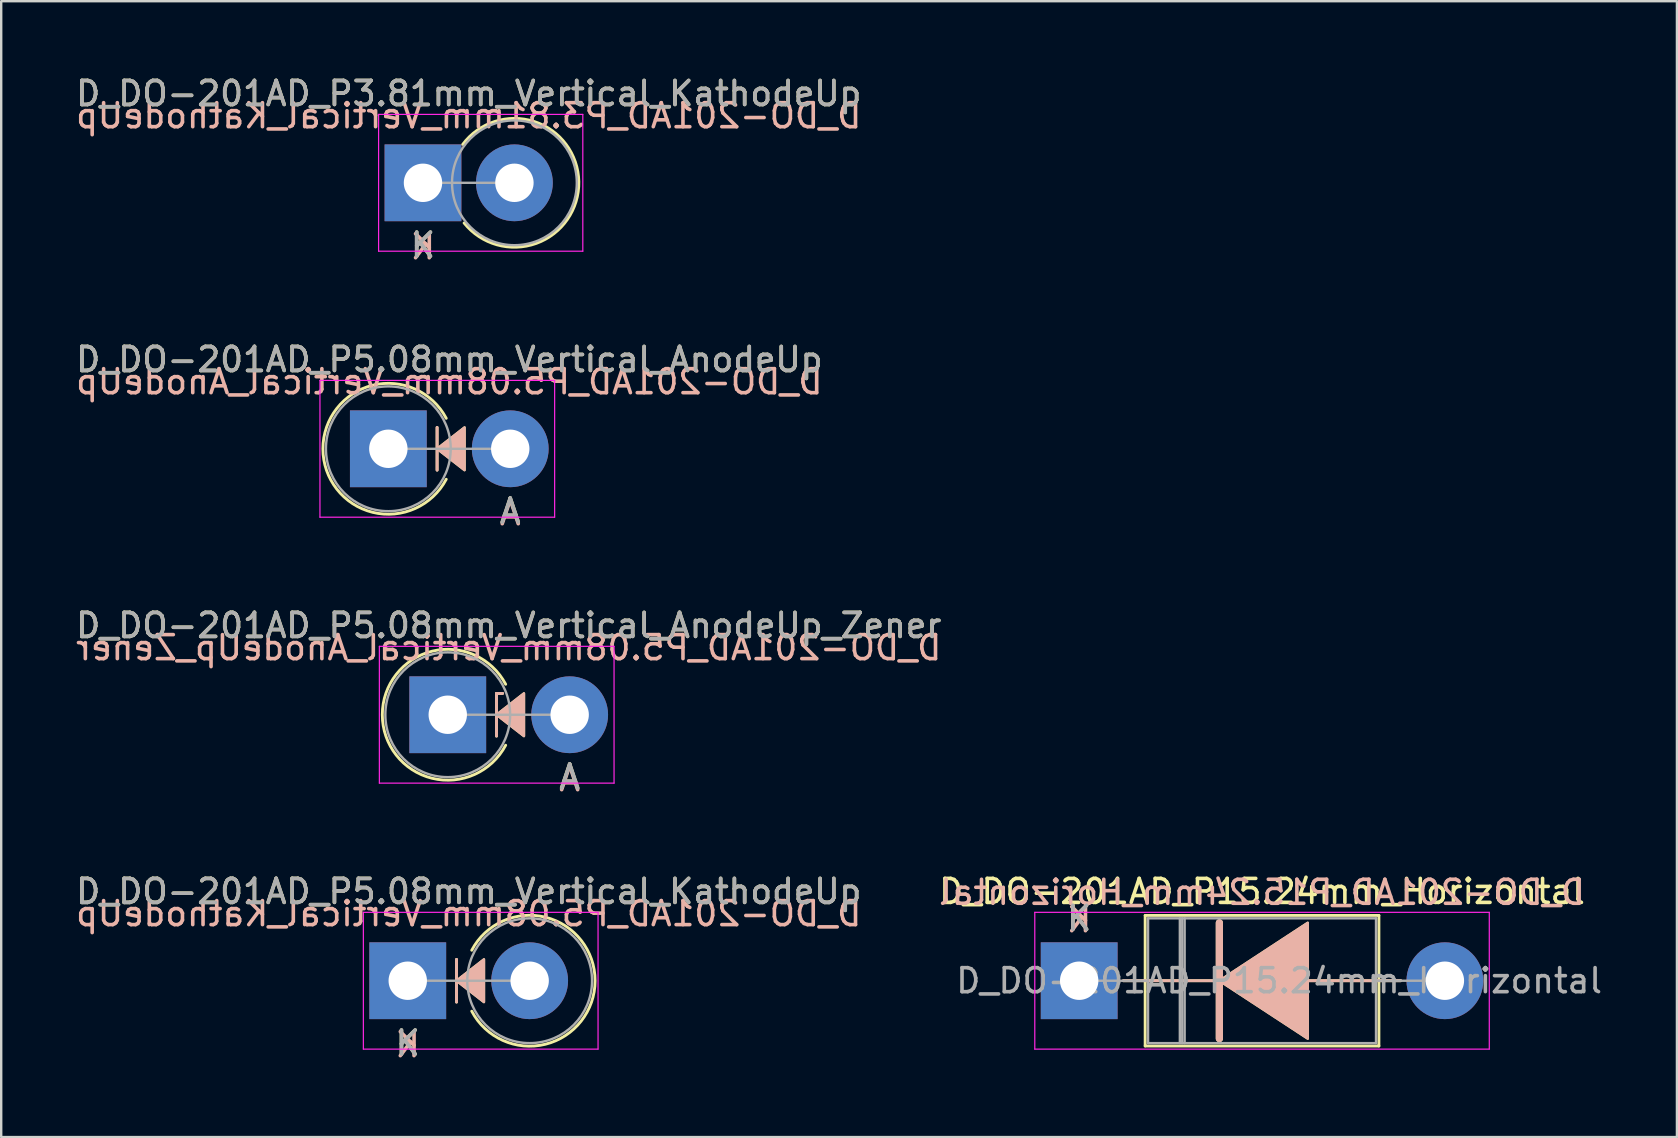
<source format=kicad_pcb>
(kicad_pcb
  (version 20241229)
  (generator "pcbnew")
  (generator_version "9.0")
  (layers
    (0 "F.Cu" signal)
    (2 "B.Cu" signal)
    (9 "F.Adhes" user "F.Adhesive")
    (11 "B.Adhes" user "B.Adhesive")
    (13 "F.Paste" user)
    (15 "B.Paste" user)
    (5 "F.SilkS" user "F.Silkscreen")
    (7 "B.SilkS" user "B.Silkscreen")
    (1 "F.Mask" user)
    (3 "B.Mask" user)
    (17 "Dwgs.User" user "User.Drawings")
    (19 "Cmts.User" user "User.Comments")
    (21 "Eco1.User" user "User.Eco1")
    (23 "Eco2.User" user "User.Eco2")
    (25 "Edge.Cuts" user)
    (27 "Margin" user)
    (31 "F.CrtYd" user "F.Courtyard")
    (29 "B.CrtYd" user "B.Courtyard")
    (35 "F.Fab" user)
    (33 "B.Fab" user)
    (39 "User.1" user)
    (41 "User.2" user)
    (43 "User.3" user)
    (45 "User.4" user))
  (footprint "D_DO-201AD_P5.08mm_Vertical_AnodeUp_Zener"
    (layer "F.Cu")
    (at 15.609 26.735)
    (property "Reference" "D_DO-201AD_P5.08mm_Vertical_AnodeUp_Zener" (at 2.54 -3.72 0) (layer "F.SilkS") (effects (font (size 1 1) (thickness 0.15))))
    (fp_line (start 2.032 -0.889) (end 2.286 -0.889) (stroke (width 0.12) (type solid)) (layer "F.SilkS"))
    (fp_line (start 2.032 0.889) (end 2.032 -0.889) (stroke (width 0.12) (type solid)) (layer "F.SilkS"))
    (fp_arc (start 2.412999 1.27) (mid -2.726805 0) (end 2.412999 -1.269999) (stroke (width 0.12) (type solid)) (layer "F.SilkS"))
    (fp_poly (pts (xy 3.175 0.889) (xy 2.032 0) (xy 3.175 -0.889)) (stroke (width 0.1) (type solid)) (fill yes) (layer "F.SilkS"))
    (fp_line (start 2.032 -0.889) (end 2.032 0.889) (stroke (width 0.12) (type solid)) (layer "B.SilkS"))
    (fp_line (start 2.032 -0.889) (end 2.286 -0.889) (stroke (width 0.12) (type solid)) (layer "B.SilkS"))
    (fp_poly (pts (xy 3.175 -0.889) (xy 2.032 0) (xy 3.175 0.889)) (stroke (width 0.1) (type solid)) (fill yes) (layer "B.SilkS"))
    (fp_line (start -2.85 -2.85) (end -2.85 2.85) (stroke (width 0.05) (type solid)) (layer "F.CrtYd"))
    (fp_line (start -2.85 2.85) (end 6.93 2.85) (stroke (width 0.05) (type solid)) (layer "F.CrtYd"))
    (fp_line (start 6.93 -2.85) (end -2.85 -2.85) (stroke (width 0.05) (type solid)) (layer "F.CrtYd"))
    (fp_line (start 6.93 2.85) (end 6.93 -2.85) (stroke (width 0.05) (type solid)) (layer "F.CrtYd"))
    (fp_line (start 0 0) (end 5.08 0) (stroke (width 0.1) (type solid)) (layer "F.Fab"))
    (fp_circle (center 0 0) (end 2.6 0) (stroke (width 0.1) (type solid)) (fill no) (layer "F.Fab"))
    (fp_text user "A" (at 5.08 2.6 0) (layer "F.SilkS") (effects (font (size 1 1) (thickness 0.15))))
    (fp_text user "${REFERENCE}" (at 2.54 -2.794 0) (layer "B.SilkS") (effects (font (size 1 1) (thickness 0.15)) (justify mirror)))
    (fp_text user "A" (at 5.08 2.667 0) (layer "B.SilkS") (effects (font (size 1 1) (thickness 0.15)) (justify mirror)))
    (fp_text user "A" (at 5.08 2.6 0) (layer "F.Fab") (effects (font (size 1 1) (thickness 0.15))))
    (fp_text user "${REFERENCE}" (at 2.54 -3.72 0) (layer "F.Fab") (effects (font (size 1 1) (thickness 0.15))))
    (pad "1" thru_hole rect (at 0 0) (size 3.2 3.2) (drill 1.6) (layers "*.Cu" "*.Mask"))
    (pad "2" thru_hole oval (at 5.08 0) (size 3.2 3.2) (drill 1.6) (layers "*.Cu" "*.Mask")))
  (footprint "D_DO-201AD_P15.24mm_Horizontal"
    (layer "F.Cu")
    (at 41.922 37.819)
    (property "Reference" "D_DO-201AD_P15.24mm_Horizontal" (at 7.62 -3.72 0) (layer "F.SilkS") (effects (font (size 1 1) (thickness 0.15))))
    (fp_line (start 1.84 0) (end 2.75 0) (stroke (width 0.12) (type solid)) (layer "F.SilkS"))
    (fp_line (start 2.75 -2.72) (end 2.75 2.72) (stroke (width 0.12) (type solid)) (layer "F.SilkS"))
    (fp_line (start 2.75 2.72) (end 12.49 2.72) (stroke (width 0.12) (type solid)) (layer "F.SilkS"))
    (fp_line (start 5.715 0) (end 2.75 0) (stroke (width 0.12) (type solid)) (layer "F.SilkS"))
    (fp_line (start 5.842 -2.413) (end 5.842 2.413) (stroke (width 0.3) (type solid)) (layer "F.SilkS"))
    (fp_line (start 9.525 0) (end 12.49 0) (stroke (width 0.12) (type solid)) (layer "F.SilkS"))
    (fp_line (start 12.49 -2.72) (end 2.75 -2.72) (stroke (width 0.12) (type solid)) (layer "F.SilkS"))
    (fp_line (start 12.49 2.72) (end 12.49 -2.72) (stroke (width 0.12) (type solid)) (layer "F.SilkS"))
    (fp_line (start 13.4 0) (end 12.49 0) (stroke (width 0.12) (type solid)) (layer "F.SilkS"))
    (fp_poly (pts (xy 9.525 2.413) (xy 5.842 0) (xy 9.525 -2.413)) (stroke (width 0.1) (type solid)) (fill yes) (layer "F.SilkS"))
    (fp_line (start 1.84 0) (end 2.75 0) (stroke (width 0.12) (type solid)) (layer "B.SilkS"))
    (fp_line (start 5.715 0) (end 2.75 0) (stroke (width 0.12) (type solid)) (layer "B.SilkS"))
    (fp_line (start 5.842 2.413) (end 5.842 -2.413) (stroke (width 0.3) (type solid)) (layer "B.SilkS"))
    (fp_line (start 9.525 0) (end 12.49 0) (stroke (width 0.12) (type solid)) (layer "B.SilkS"))
    (fp_line (start 13.4 0) (end 12.49 0) (stroke (width 0.12) (type solid)) (layer "B.SilkS"))
    (fp_poly (pts (xy 9.525 -2.413) (xy 5.842 0) (xy 9.525 2.413)) (stroke (width 0.1) (type solid)) (fill yes) (layer "B.SilkS"))
    (fp_line (start -1.85 -2.85) (end -1.85 2.85) (stroke (width 0.05) (type solid)) (layer "F.CrtYd"))
    (fp_line (start -1.85 2.85) (end 17.09 2.85) (stroke (width 0.05) (type solid)) (layer "F.CrtYd"))
    (fp_line (start 17.09 -2.85) (end -1.85 -2.85) (stroke (width 0.05) (type solid)) (layer "F.CrtYd"))
    (fp_line (start 17.09 2.85) (end 17.09 -2.85) (stroke (width 0.05) (type solid)) (layer "F.CrtYd"))
    (fp_line (start 0 0) (end 2.87 0) (stroke (width 0.1) (type solid)) (layer "F.Fab"))
    (fp_line (start 2.87 -2.6) (end 2.87 2.6) (stroke (width 0.1) (type solid)) (layer "F.Fab"))
    (fp_line (start 2.87 2.6) (end 12.37 2.6) (stroke (width 0.1) (type solid)) (layer "F.Fab"))
    (fp_line (start 4.195 -2.6) (end 4.195 2.6) (stroke (width 0.1) (type solid)) (layer "F.Fab"))
    (fp_line (start 4.295 -2.6) (end 4.295 2.6) (stroke (width 0.1) (type solid)) (layer "F.Fab"))
    (fp_line (start 4.395 -2.6) (end 4.395 2.6) (stroke (width 0.1) (type solid)) (layer "F.Fab"))
    (fp_line (start 12.37 -2.6) (end 2.87 -2.6) (stroke (width 0.1) (type solid)) (layer "F.Fab"))
    (fp_line (start 12.37 2.6) (end 12.37 -2.6) (stroke (width 0.1) (type solid)) (layer "F.Fab"))
    (fp_line (start 15.24 0) (end 12.37 0) (stroke (width 0.1) (type solid)) (layer "F.Fab"))
    (fp_text user "K" (at 0 -2.6 0) (layer "F.SilkS") (effects (font (size 1 1) (thickness 0.15))))
    (fp_text user "K" (at 0 -2.54 0) (layer "B.SilkS") (effects (font (size 1 1) (thickness 0.15)) (justify mirror)))
    (fp_text user "${REFERENCE}" (at 7.62 -3.683 0) (layer "B.SilkS") (effects (font (size 1 1) (thickness 0.15)) (justify mirror)))
    (fp_text user "${REFERENCE}" (at 8.332 0 0) (layer "F.Fab") (effects (font (size 1 1) (thickness 0.15))))
    (fp_text user "K" (at 0 -2.6 0) (layer "F.Fab") (effects (font (size 1 1) (thickness 0.15))))
    (pad "1" thru_hole rect (at 0 0) (size 3.2 3.2) (drill 1.6) (layers "*.Cu" "*.Mask"))
    (pad "2" thru_hole oval (at 15.24 0) (size 3.2 3.2) (drill 1.6) (layers "*.Cu" "*.Mask")))
  (footprint "D_DO-201AD_P3.81mm_Vertical_KathodeUp"
    (layer "F.Cu")
    (at 14.577 4.568)
    (property "Reference" "D_DO-201AD_P3.81mm_Vertical_KathodeUp" (at 1.905 -3.72 0) (layer "F.SilkS") (effects (font (size 1 1) (thickness 0.15))))
    (fp_arc (start 1.655284 -1.6) (mid 6.493382 -0.047582) (end 1.713364 1.675386) (stroke (width 0.12) (type solid)) (layer "F.SilkS"))
    (fp_line (start -1.85 -2.85) (end -1.85 2.85) (stroke (width 0.05) (type solid)) (layer "F.CrtYd"))
    (fp_line (start -1.85 2.85) (end 6.66 2.85) (stroke (width 0.05) (type solid)) (layer "F.CrtYd"))
    (fp_line (start 6.66 -2.85) (end -1.85 -2.85) (stroke (width 0.05) (type solid)) (layer "F.CrtYd"))
    (fp_line (start 6.66 2.85) (end 6.66 -2.85) (stroke (width 0.05) (type solid)) (layer "F.CrtYd"))
    (fp_line (start 0 0) (end 3.81 0) (stroke (width 0.1) (type solid)) (layer "F.Fab"))
    (fp_circle (center 3.81 0) (end 6.41 0) (stroke (width 0.1) (type solid)) (fill no) (layer "F.Fab"))
    (fp_text user "K" (at 0 2.6 0) (layer "F.SilkS") (effects (font (size 1 1) (thickness 0.15))))
    (fp_text user "${REFERENCE}" (at 1.905 -2.794 0) (layer "B.SilkS") (effects (font (size 1 1) (thickness 0.15)) (justify mirror)))
    (fp_text user "K" (at 0 2.667 0) (layer "B.SilkS") (effects (font (size 1 1) (thickness 0.15)) (justify mirror)))
    (fp_text user "${REFERENCE}" (at 1.905 -3.72 0) (layer "F.Fab") (effects (font (size 1 1) (thickness 0.15))))
    (fp_text user "K" (at 0 2.6 0) (layer "F.Fab") (effects (font (size 1 1) (thickness 0.15))))
    (pad "1" thru_hole rect (at 0 0) (size 3.2 3.2) (drill 1.6) (layers "*.Cu" "*.Mask"))
    (pad "2" thru_hole oval (at 3.81 0) (size 3.2 3.2) (drill 1.6) (layers "*.Cu" "*.Mask")))
  (footprint "D_DO-201AD_P5.08mm_Vertical_KathodeUp"
    (layer "F.Cu")
    (at 13.942 37.819)
    (property "Reference" "D_DO-201AD_P5.08mm_Vertical_KathodeUp" (at 2.54 -3.72 0) (layer "F.SilkS") (effects (font (size 1 1) (thickness 0.15))))
    (fp_line (start 2.032 0.889) (end 2.032 -0.889) (stroke (width 0.12) (type solid)) (layer "F.SilkS"))
    (fp_arc (start 2.667 -1.269999) (mid 7.806804 0.000001) (end 2.667 1.27) (stroke (width 0.12) (type solid)) (layer "F.SilkS"))
    (fp_poly (pts (xy 3.175 0.889) (xy 2.032 0) (xy 3.175 -0.889)) (stroke (width 0.1) (type solid)) (fill yes) (layer "F.SilkS"))
    (fp_line (start 2.032 -0.889) (end 2.032 0.889) (stroke (width 0.12) (type solid)) (layer "B.SilkS"))
    (fp_poly (pts (xy 3.175 -0.889) (xy 2.032 0) (xy 3.175 0.889)) (stroke (width 0.1) (type solid)) (fill yes) (layer "B.SilkS"))
    (fp_line (start -1.85 -2.85) (end -1.85 2.85) (stroke (width 0.05) (type solid)) (layer "F.CrtYd"))
    (fp_line (start -1.85 2.85) (end 7.93 2.85) (stroke (width 0.05) (type solid)) (layer "F.CrtYd"))
    (fp_line (start 7.93 -2.85) (end -1.85 -2.85) (stroke (width 0.05) (type solid)) (layer "F.CrtYd"))
    (fp_line (start 7.93 2.85) (end 7.93 -2.85) (stroke (width 0.05) (type solid)) (layer "F.CrtYd"))
    (fp_line (start 0 0) (end 5.08 0) (stroke (width 0.1) (type solid)) (layer "F.Fab"))
    (fp_circle (center 5.08 0) (end 7.68 0) (stroke (width 0.1) (type solid)) (fill no) (layer "F.Fab"))
    (fp_text user "K" (at 0 2.6 0) (layer "F.SilkS") (effects (font (size 1 1) (thickness 0.15))))
    (fp_text user "${REFERENCE}" (at 2.54 -2.794 0) (layer "B.SilkS") (effects (font (size 1 1) (thickness 0.15)) (justify mirror)))
    (fp_text user "K" (at 0 2.667 0) (layer "B.SilkS") (effects (font (size 1 1) (thickness 0.15)) (justify mirror)))
    (fp_text user "K" (at 0 2.6 0) (layer "F.Fab") (effects (font (size 1 1) (thickness 0.15))))
    (fp_text user "${REFERENCE}" (at 2.54 -3.72 0) (layer "F.Fab") (effects (font (size 1 1) (thickness 0.15))))
    (pad "1" thru_hole rect (at 0 0) (size 3.2 3.2) (drill 1.6) (layers "*.Cu" "*.Mask"))
    (pad "2" thru_hole oval (at 5.08 0) (size 3.2 3.2) (drill 1.6) (layers "*.Cu" "*.Mask")))
  (footprint "D_DO-201AD_P5.08mm_Vertical_AnodeUp"
    (layer "F.Cu")
    (at 13.133 15.652)
    (property "Reference" "D_DO-201AD_P5.08mm_Vertical_AnodeUp" (at 2.54 -3.72 0) (layer "F.SilkS") (effects (font (size 1 1) (thickness 0.15))))
    (fp_line (start 2.032 0.889) (end 2.032 -0.889) (stroke (width 0.12) (type solid)) (layer "F.SilkS"))
    (fp_arc (start 2.412999 1.27) (mid -2.726805 0) (end 2.412999 -1.269999) (stroke (width 0.12) (type solid)) (layer "F.SilkS"))
    (fp_poly (pts (xy 3.175 0.889) (xy 2.032 0) (xy 3.175 -0.889)) (stroke (width 0.1) (type solid)) (fill yes) (layer "F.SilkS"))
    (fp_line (start 2.032 -0.889) (end 2.032 0.889) (stroke (width 0.12) (type solid)) (layer "B.SilkS"))
    (fp_poly (pts (xy 3.175 -0.889) (xy 2.032 0) (xy 3.175 0.889)) (stroke (width 0.1) (type solid)) (fill yes) (layer "B.SilkS"))
    (fp_line (start -2.85 -2.85) (end -2.85 2.85) (stroke (width 0.05) (type solid)) (layer "F.CrtYd"))
    (fp_line (start -2.85 2.85) (end 6.93 2.85) (stroke (width 0.05) (type solid)) (layer "F.CrtYd"))
    (fp_line (start 6.93 -2.85) (end -2.85 -2.85) (stroke (width 0.05) (type solid)) (layer "F.CrtYd"))
    (fp_line (start 6.93 2.85) (end 6.93 -2.85) (stroke (width 0.05) (type solid)) (layer "F.CrtYd"))
    (fp_line (start 0 0) (end 5.08 0) (stroke (width 0.1) (type solid)) (layer "F.Fab"))
    (fp_circle (center 0 0) (end 2.6 0) (stroke (width 0.1) (type solid)) (fill no) (layer "F.Fab"))
    (fp_text user "A" (at 5.08 2.6 0) (layer "F.SilkS") (effects (font (size 1 1) (thickness 0.15))))
    (fp_text user "${REFERENCE}" (at 2.54 -2.794 0) (layer "B.SilkS") (effects (font (size 1 1) (thickness 0.15)) (justify mirror)))
    (fp_text user "A" (at 5.08 2.667 0) (layer "B.SilkS") (effects (font (size 1 1) (thickness 0.15)) (justify mirror)))
    (fp_text user "A" (at 5.08 2.6 0) (layer "F.Fab") (effects (font (size 1 1) (thickness 0.15))))
    (fp_text user "${REFERENCE}" (at 2.54 -3.72 0) (layer "F.Fab") (effects (font (size 1 1) (thickness 0.15))))
    (pad "1" thru_hole rect (at 0 0) (size 3.2 3.2) (drill 1.6) (layers "*.Cu" "*.Mask"))
    (pad "2" thru_hole oval (at 5.08 0) (size 3.2 3.2) (drill 1.6) (layers "*.Cu" "*.Mask")))
  (gr_rect
    (start -3 -3)
    (end 66.832 44.334)
    (stroke (width 0.1) (type default))
    (fill no)
    (layer "Edge.Cuts")))
</source>
